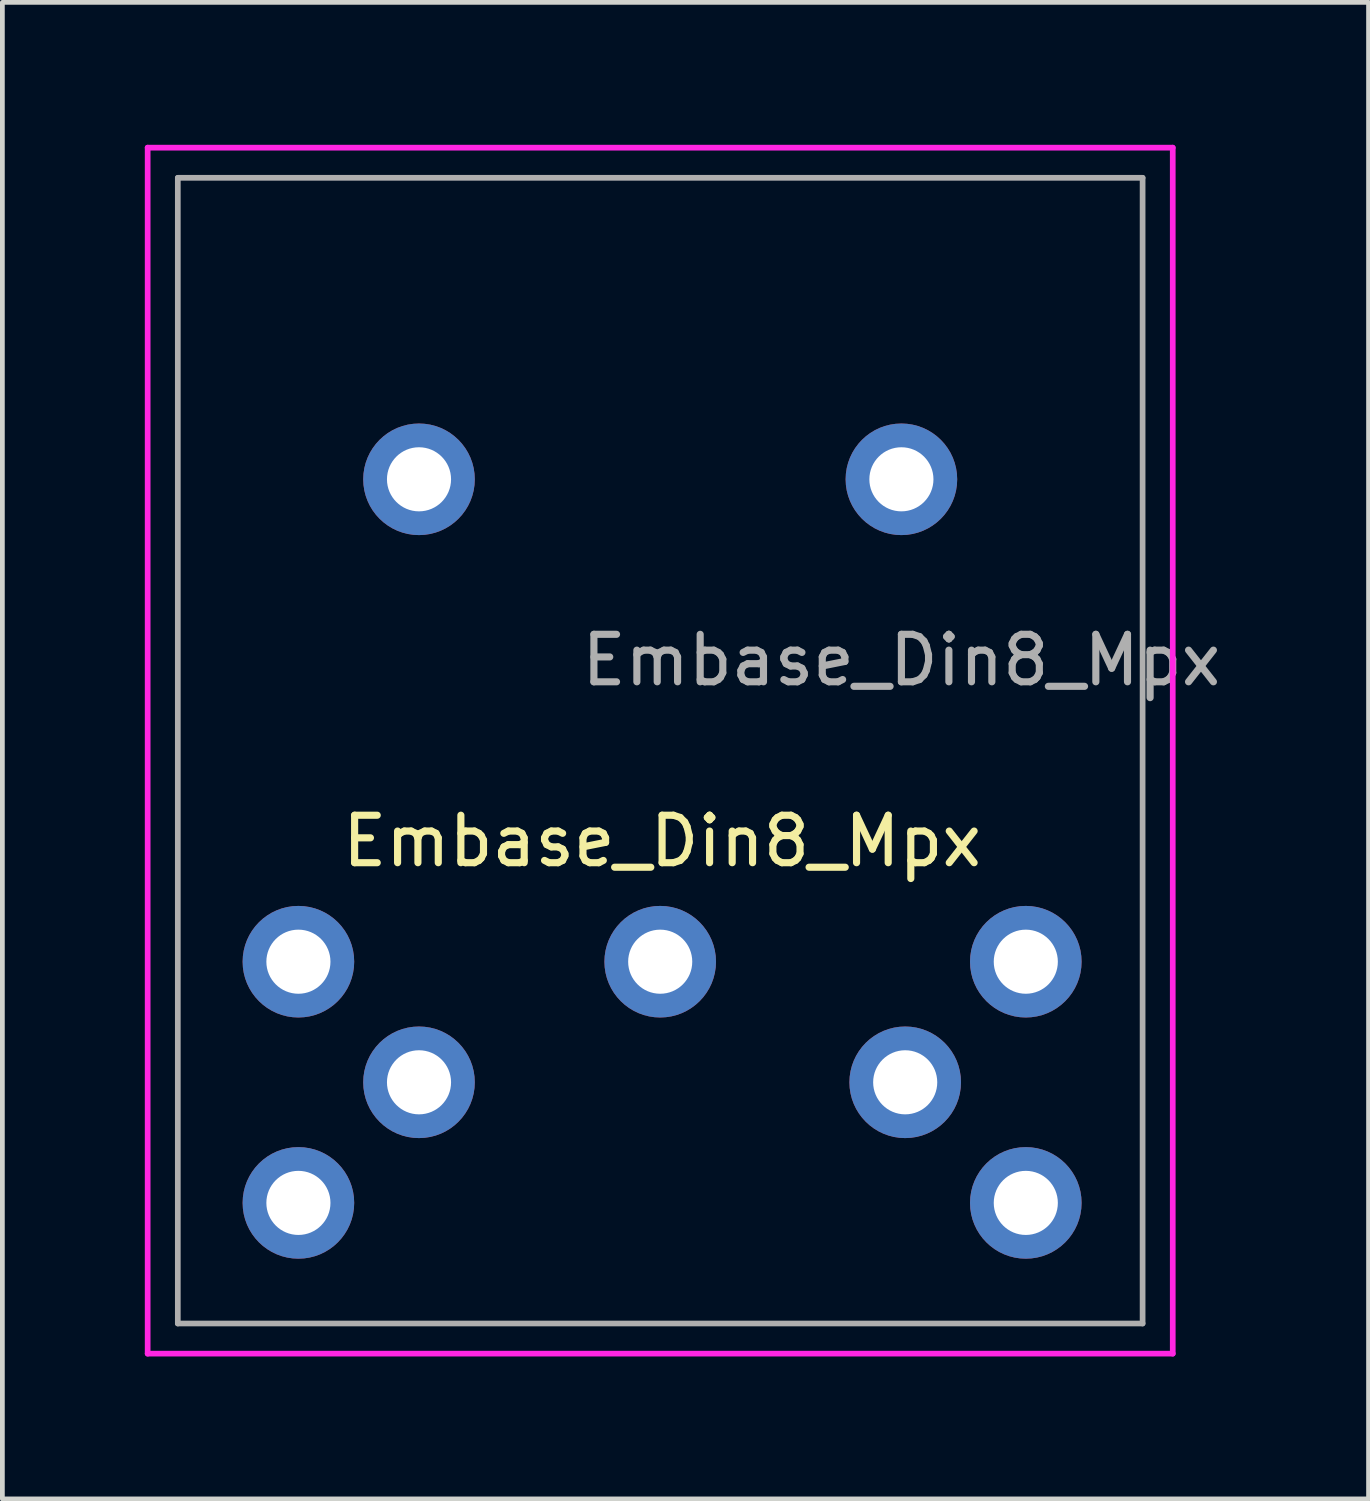
<source format=kicad_pcb>
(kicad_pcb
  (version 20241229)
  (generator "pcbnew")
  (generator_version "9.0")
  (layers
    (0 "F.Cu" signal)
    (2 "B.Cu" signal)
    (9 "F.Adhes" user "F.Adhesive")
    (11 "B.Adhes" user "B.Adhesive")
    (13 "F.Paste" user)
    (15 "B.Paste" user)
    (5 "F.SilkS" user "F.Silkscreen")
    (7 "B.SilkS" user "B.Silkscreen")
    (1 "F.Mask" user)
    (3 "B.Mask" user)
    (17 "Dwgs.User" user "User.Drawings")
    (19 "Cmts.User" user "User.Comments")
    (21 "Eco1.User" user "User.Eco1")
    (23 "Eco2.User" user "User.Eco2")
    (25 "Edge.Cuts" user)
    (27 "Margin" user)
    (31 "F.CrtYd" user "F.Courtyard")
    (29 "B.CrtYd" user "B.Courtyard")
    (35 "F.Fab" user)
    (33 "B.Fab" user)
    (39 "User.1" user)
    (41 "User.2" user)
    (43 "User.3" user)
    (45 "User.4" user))
  (footprint "Embase_Din8_Mpx"
    (layer "F.Cu")
    (at 10.855 17.205)
    (property "Reference" "Embase_Din8_Mpx" (at 0.04 -2.54 0) (layer "F.SilkS") (effects (font (size 1 1) (thickness 0.15))))
    (attr through_hole)
    (fp_line (start -10.795 -17.145) (end -10.795 8.255) (stroke (width 0.12) (type solid)) (layer "F.CrtYd"))
    (fp_line (start -10.795 8.255) (end 10.795 8.255) (stroke (width 0.12) (type solid)) (layer "F.CrtYd"))
    (fp_line (start 10.795 -17.145) (end -10.795 -17.145) (stroke (width 0.12) (type solid)) (layer "F.CrtYd"))
    (fp_line (start 10.795 8.255) (end 10.795 -17.145) (stroke (width 0.12) (type solid)) (layer "F.CrtYd"))
    (fp_line (start -10.16 -16.51) (end -10.16 7.62) (stroke (width 0.12) (type solid)) (layer "F.Fab"))
    (fp_line (start -10.16 7.62) (end 10.16 7.62) (stroke (width 0.12) (type solid)) (layer "F.Fab"))
    (fp_line (start 10.16 -16.51) (end -10.16 -16.51) (stroke (width 0.12) (type solid)) (layer "F.Fab"))
    (fp_line (start 10.16 7.62) (end 10.16 -16.51) (stroke (width 0.12) (type solid)) (layer "F.Fab"))
    (fp_text user "${REFERENCE}" (at 5.08 -6.35 0) (layer "F.Fab") (effects (font (size 1 1) (thickness 0.15))))
    (pad "" thru_hole circle (at -5.08 -10.16) (size 2.35 2.35) (drill 1.35) (layers "*.Cu" "*.Mask"))
    (pad "" thru_hole circle (at 5.08 -10.16) (size 2.35 2.35) (drill 1.35) (layers "*.Cu" "*.Mask"))
    (pad "1" thru_hole circle (at -7.62 0) (size 2.35 2.35) (drill 1.35) (layers "*.Cu" "*.Mask"))
    (pad "2" thru_hole circle (at 0 0) (size 2.35 2.35) (drill 1.35) (layers "*.Cu" "*.Mask"))
    (pad "3" thru_hole circle (at 7.7 0) (size 2.35 2.35) (drill 1.35) (layers "*.Cu" "*.Mask"))
    (pad "4" thru_hole circle (at -5.08 2.54) (size 2.35 2.35) (drill 1.35) (layers "*.Cu" "*.Mask"))
    (pad "5" thru_hole circle (at 5.16 2.54) (size 2.35 2.35) (drill 1.35) (layers "*.Cu" "*.Mask"))
    (pad "6" thru_hole circle (at -7.62 5.08) (size 2.35 2.35) (drill 1.35) (layers "*.Cu" "*.Mask"))
    (pad "7" thru_hole circle (at 7.7 5.08) (size 2.35 2.35) (drill 1.35) (layers "*.Cu" "*.Mask")))
  (gr_rect
    (start -3 -3)
    (end 25.774 28.52)
    (stroke (width 0.1) (type default))
    (fill no)
    (layer "Edge.Cuts")))
</source>
